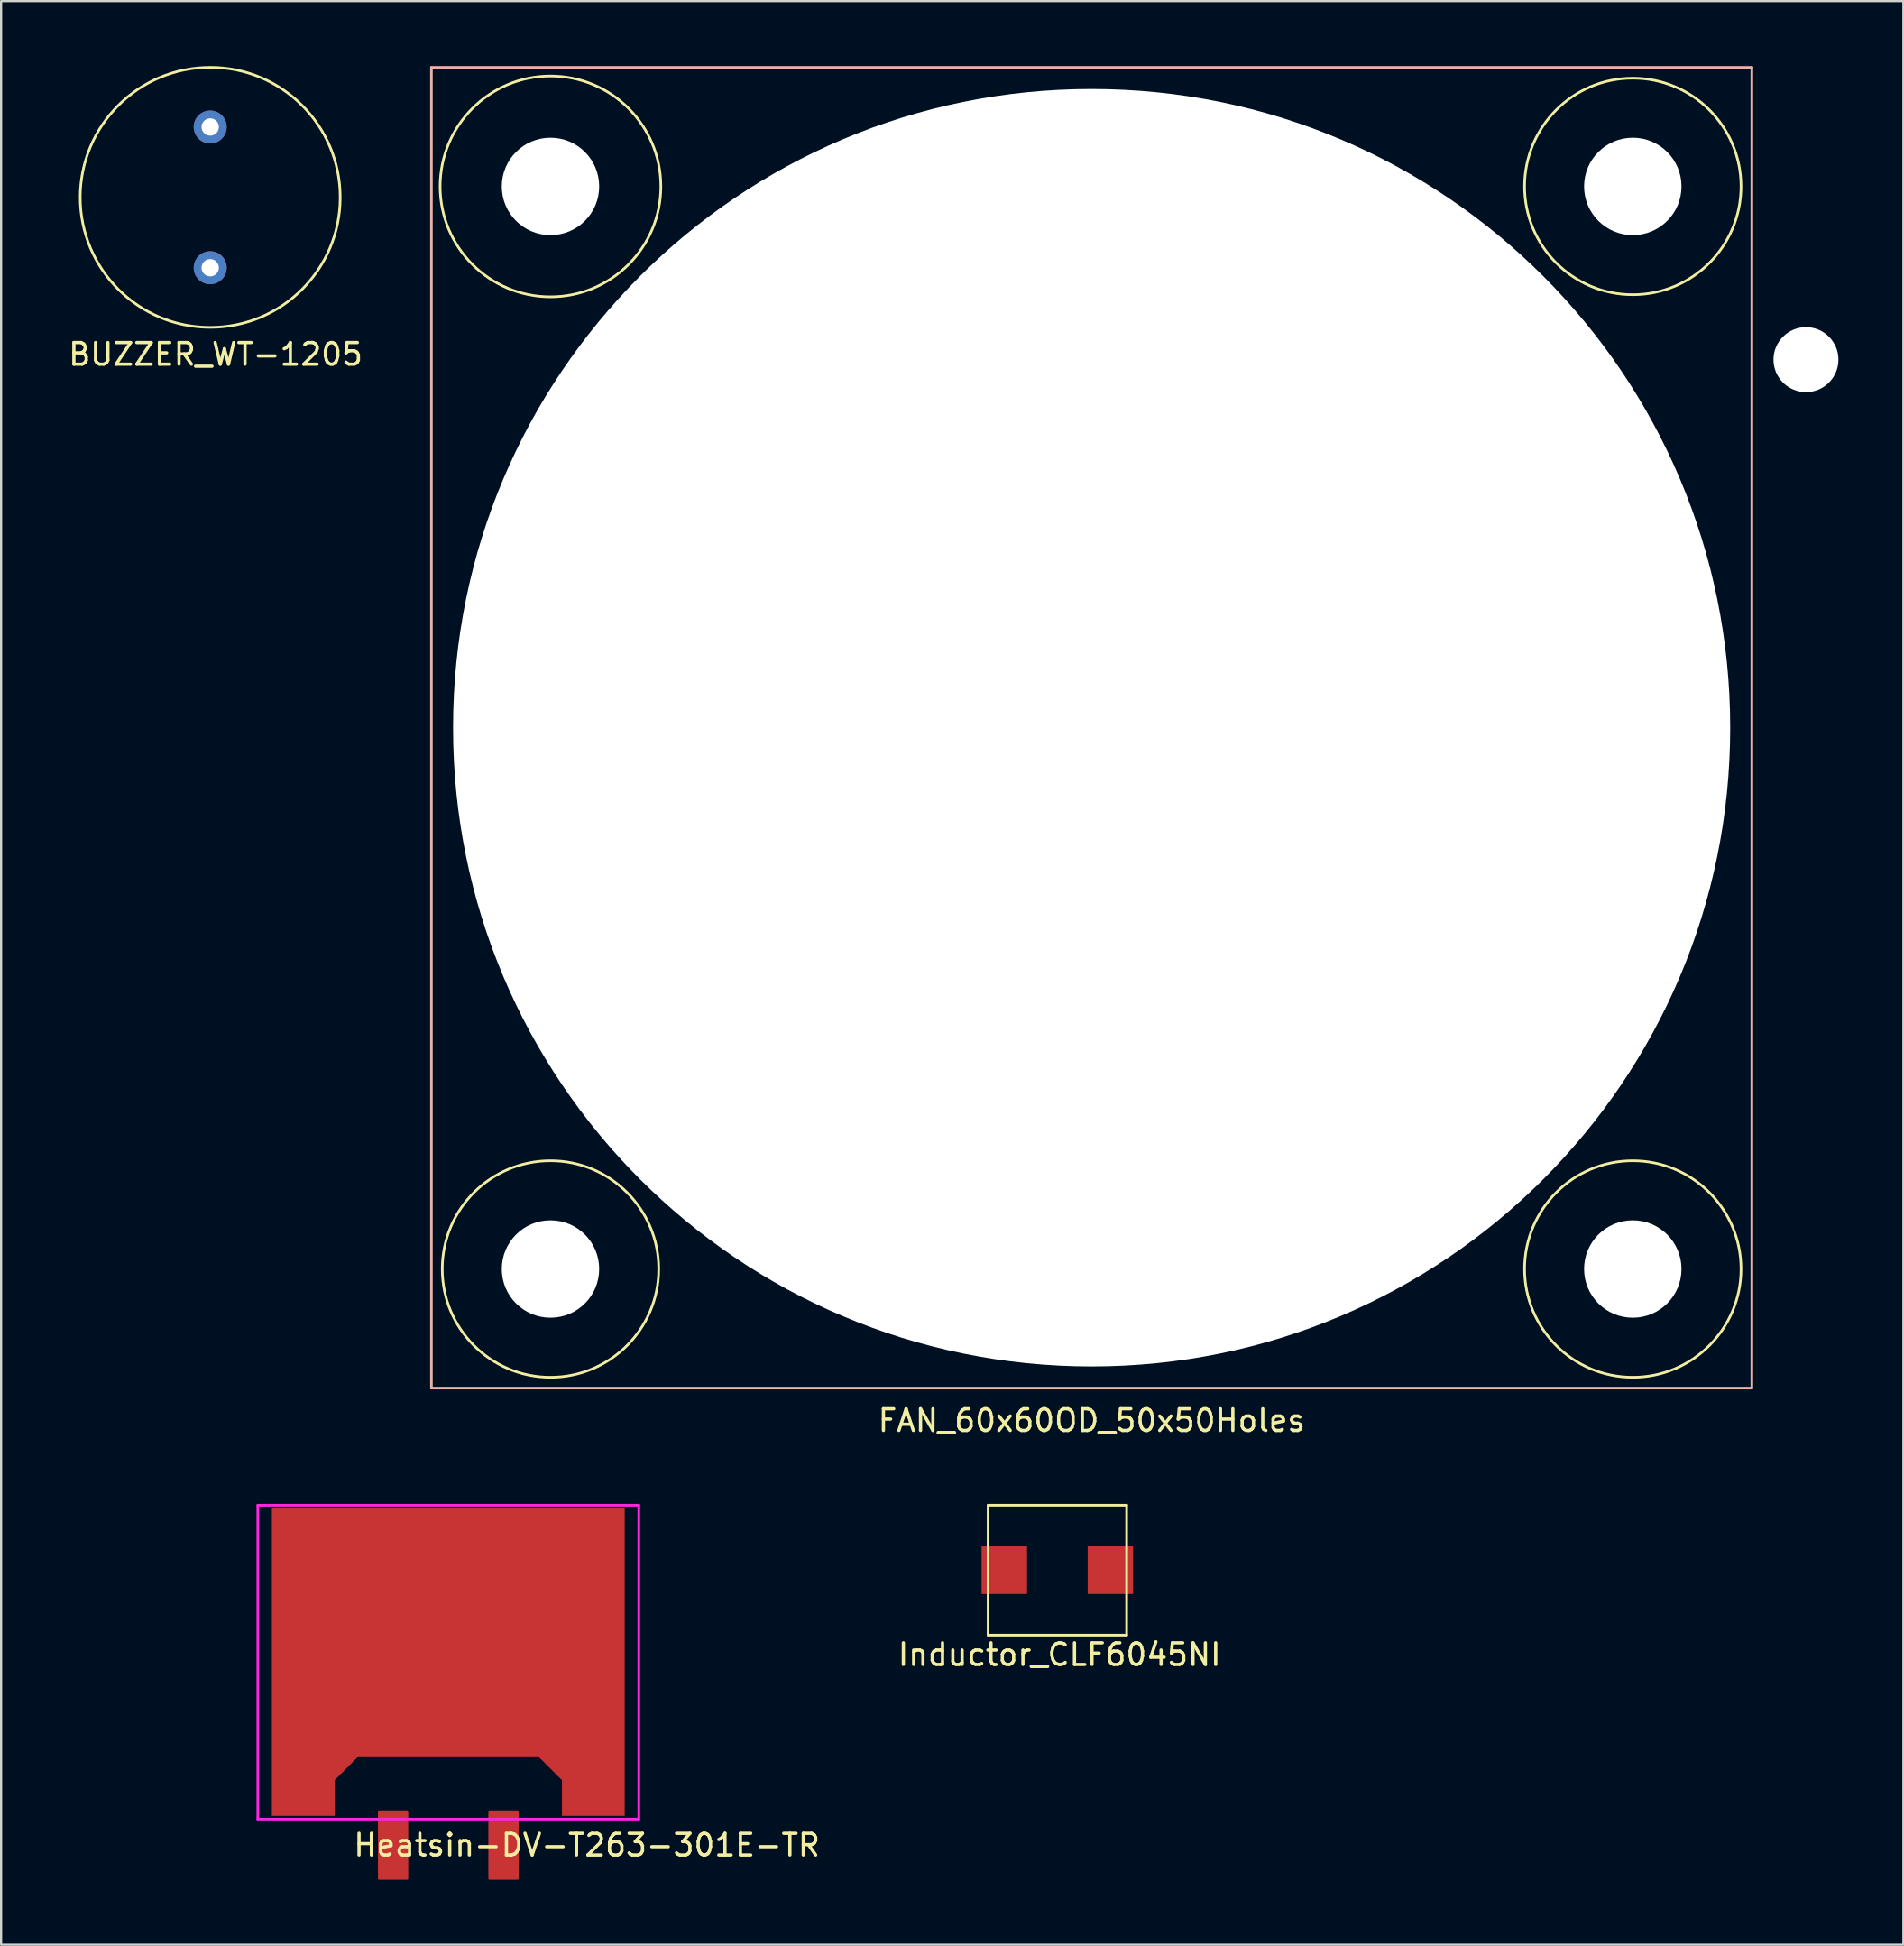
<source format=kicad_pcb>
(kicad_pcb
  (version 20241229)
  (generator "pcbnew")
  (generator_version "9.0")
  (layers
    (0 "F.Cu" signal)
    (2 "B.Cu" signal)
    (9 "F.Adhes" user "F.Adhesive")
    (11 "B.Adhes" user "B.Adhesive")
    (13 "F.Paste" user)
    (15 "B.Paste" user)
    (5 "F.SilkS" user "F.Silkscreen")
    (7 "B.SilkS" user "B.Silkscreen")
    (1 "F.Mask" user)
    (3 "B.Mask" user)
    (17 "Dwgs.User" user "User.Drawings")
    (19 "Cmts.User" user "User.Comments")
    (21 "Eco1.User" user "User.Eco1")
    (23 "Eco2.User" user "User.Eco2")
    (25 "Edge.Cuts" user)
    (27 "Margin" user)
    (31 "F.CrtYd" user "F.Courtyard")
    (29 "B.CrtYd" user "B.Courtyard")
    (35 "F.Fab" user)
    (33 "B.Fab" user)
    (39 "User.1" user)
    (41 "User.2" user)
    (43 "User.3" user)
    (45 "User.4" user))
  (footprint "Heatsin-DV-T263-301E-TR"
    (layer "F.Cu")
    (at 17.66 73.718)
    (property "Reference" "Heatsin-DV-T263-301E-TR" (at 6.4 8.45 0) (layer "F.SilkS") (effects (font (size 1 1) (thickness 0.15))))
    (attr through_hole)
    (fp_poly (pts (xy -1.9 10) (xy -3.2 10) (xy -3.2 6.9) (xy -1.9 6.9)) (stroke (width 0.1) (type solid)) (fill yes) (layer "F.Cu"))
    (fp_poly (pts (xy 3.2 10) (xy 1.9 10) (xy 1.9 6.9) (xy 3.2 6.9)) (stroke (width 0.1) (type solid)) (fill yes) (layer "F.Cu"))
    (fp_poly (pts (xy -6.5 6.85) (xy -7.9 6.85) (xy -7.9 -6.85) (xy -6.5 -6.85)) (stroke (width 0.1) (type solid)) (fill yes) (layer "F.Mask"))
    (fp_poly (pts (xy -1.9 10) (xy -3.2 10) (xy -3.2 6.9) (xy -1.9 6.9)) (stroke (width 0) (type solid)) (fill yes) (layer "F.Mask"))
    (fp_poly (pts (xy 3.2 10) (xy 1.9 10) (xy 1.9 6.9) (xy 3.2 6.9)) (stroke (width 0) (type solid)) (fill yes) (layer "F.Mask"))
    (fp_poly (pts (xy 3.75 2.35) (xy -3.75 2.35) (xy -3.75 -3.85) (xy 3.75 -3.85)) (stroke (width 0) (type solid)) (fill yes) (layer "F.Mask"))
    (fp_poly (pts (xy 5.3 -3.85) (xy -5.3 -3.85) (xy -5.3 -6.1) (xy 5.3 -6.1)) (stroke (width 0) (type solid)) (fill yes) (layer "F.Mask"))
    (fp_poly (pts (xy 7.9 6.85) (xy 6.5 6.85) (xy 6.5 -6.85) (xy 7.9 -6.85)) (stroke (width 0.1) (type solid)) (fill yes) (layer "F.Mask"))
    (fp_poly (pts (xy -6.5 6.85) (xy -7.9 6.85) (xy -7.9 -6.85) (xy -6.5 -6.85)) (stroke (width 0) (type solid)) (fill yes) (layer "F.Paste"))
    (fp_poly (pts (xy -1.9 10) (xy -3.2 10) (xy -3.2 6.9) (xy -1.9 6.9)) (stroke (width 0) (type solid)) (fill yes) (layer "F.Paste"))
    (fp_poly (pts (xy -0.5 -4.25) (xy -5 -4.25) (xy -5 -6) (xy -0.5 -6)) (stroke (width 0) (type solid)) (fill yes) (layer "F.Paste"))
    (fp_poly (pts (xy -0.5 -1) (xy -3.5 -1) (xy -3.5 -3.5) (xy -0.5 -3.5)) (stroke (width 0) (type solid)) (fill yes) (layer "F.Paste"))
    (fp_poly (pts (xy -0.5 2.25) (xy -3.5 2.25) (xy -3.5 -0.25) (xy -0.5 -0.25)) (stroke (width 0) (type solid)) (fill yes) (layer "F.Paste"))
    (fp_poly (pts (xy 3.2 10) (xy 1.9 10) (xy 1.9 6.9) (xy 3.2 6.9)) (stroke (width 0) (type solid)) (fill yes) (layer "F.Paste"))
    (fp_poly (pts (xy 3.5 -1) (xy 0.5 -1) (xy 0.5 -3.5) (xy 3.5 -3.5)) (stroke (width 0) (type solid)) (fill yes) (layer "F.Paste"))
    (fp_poly (pts (xy 3.5 2.25) (xy 0.5 2.25) (xy 0.5 -0.25) (xy 3.5 -0.25)) (stroke (width 0) (type solid)) (fill yes) (layer "F.Paste"))
    (fp_poly (pts (xy 5 -4.25) (xy 0.5 -4.25) (xy 0.5 -6) (xy 5 -6)) (stroke (width 0) (type solid)) (fill yes) (layer "F.Paste"))
    (fp_poly (pts (xy 7.9 6.85) (xy 6.5 6.85) (xy 6.5 -6.85) (xy 7.9 -6.85)) (stroke (width 0) (type solid)) (fill yes) (layer "F.Paste"))
    (fp_line (start -17.6 -6.3) (end -17.6 6.4) (stroke (width 0.12) (type solid)) (layer "Eco1.User"))
    (fp_line (start -17.6 6.4) (end 17.6 6.4) (stroke (width 0.12) (type solid)) (layer "Eco1.User"))
    (fp_line (start -8.8 6.4) (end -8.8 -6.3) (stroke (width 0.12) (type solid)) (layer "Eco1.User"))
    (fp_line (start -5.6 6.4) (end -5.6 -6.3) (stroke (width 0.12) (type solid)) (layer "Eco1.User"))
    (fp_line (start 5.6 6.4) (end 5.6 -6.3) (stroke (width 0.12) (type solid)) (layer "Eco1.User"))
    (fp_line (start 8.8 6.4) (end 8.8 -6.3) (stroke (width 0.12) (type solid)) (layer "Eco1.User"))
    (fp_line (start 17.6 -6.3) (end -17.6 -6.3) (stroke (width 0.12) (type solid)) (layer "Eco1.User"))
    (fp_line (start 17.6 6.4) (end 17.6 -6.3) (stroke (width 0.12) (type solid)) (layer "Eco1.User"))
    (fp_line (start -8.8 -7.25) (end 8.8 -7.25) (stroke (width 0.12) (type solid)) (layer "F.CrtYd"))
    (fp_line (start -8.8 7.25) (end -8.8 -7.25) (stroke (width 0.12) (type solid)) (layer "F.CrtYd"))
    (fp_line (start 8.8 -7.25) (end 8.8 7.25) (stroke (width 0.12) (type solid)) (layer "F.CrtYd"))
    (fp_line (start 8.8 7.25) (end -8.8 7.25) (stroke (width 0.12) (type solid)) (layer "F.CrtYd"))
    (fp_text user "3.7mm airspace" (at -13.1 -0.1 60) (layer "Eco1.User") (effects (font (size 1 1) (thickness 0.15))))
    (fp_text user "3.7mm airspace" (at 13.3 0 60) (layer "Eco1.User") (effects (font (size 1 1) (thickness 0.15))))
    (pad "1" smd custom (at 0 -1.375) (size 16.3 11.45) (layers "F.Cu") (options (anchor rect)) (primitives (gr_poly (pts (xy 8.15 8.475) (xy 5.25 8.475) (xy 5.25 3.725) (xy 8.15 3.725)) (width 0) (fill yes)) (gr_poly (pts (xy -5.25 8.475) (xy -8.15 8.475) (xy -8.15 5.725) (xy -5.25 5.725)) (width 0) (fill yes)) (gr_poly (pts (xy 5.25 6.825) (xy 4.15 5.725) (xy 5.25 5.725)) (width 0) (fill yes)) (gr_poly (pts (xy -5.25 6.825) (xy -5.25 5.725) (xy -4.15 5.725)) (width 0) (fill yes)))))
  (footprint "Inductor_CLF6045NI"
    (layer "F.Cu")
    (at 45.797 69.468)
    (property "Reference" "Inductor_CLF6045NI" (at 0.1 3.9 0) (layer "F.SilkS") (effects (font (size 1 1) (thickness 0.15))))
    (attr through_hole)
    (fp_line (start -3.2 -3) (end -3.2 3) (stroke (width 0.12) (type solid)) (layer "F.SilkS"))
    (fp_line (start -3.2 3) (end 3.2 3) (stroke (width 0.12) (type solid)) (layer "F.SilkS"))
    (fp_line (start 3.2 -3) (end -3.2 -3) (stroke (width 0.12) (type solid)) (layer "F.SilkS"))
    (fp_line (start 3.2 3) (end 3.2 -3) (stroke (width 0.12) (type solid)) (layer "F.SilkS"))
    (pad "1" smd rect (at -2.45 0) (size 2.1 2.2) (layers "F.Cu" "F.Mask" "F.Paste"))
    (pad "2" smd rect (at 2.45 0) (size 2.1 2.2) (layers "F.Cu" "F.Mask" "F.Paste")))
  (footprint "FAN_60x60OD_50x50Holes"
    (layer "F.Cu")
    (at 47.381 30.56)
    (property "Reference" "FAN_60x60OD_50x50Holes" (at 0 32 0) (layer "F.SilkS") (effects (font (size 1 1) (thickness 0.15))))
    (attr through_hole)
    (fp_circle (center -25 -25) (end -20 -24) (stroke (width 0.12) (type solid)) (fill no) (layer "F.SilkS"))
    (fp_circle (center -25 25) (end -20 25) (stroke (width 0.12) (type solid)) (fill no) (layer "F.SilkS"))
    (fp_circle (center 25 -25) (end 30 -25) (stroke (width 0.12) (type solid)) (fill no) (layer "F.SilkS"))
    (fp_circle (center 25 25) (end 30 25) (stroke (width 0.12) (type solid)) (fill no) (layer "F.SilkS"))
    (fp_line (start -30.5 -30.5) (end -30.5 30.5) (stroke (width 0.12) (type solid)) (layer "B.SilkS"))
    (fp_line (start -30.5 30.5) (end 30.5 30.5) (stroke (width 0.12) (type solid)) (layer "B.SilkS"))
    (fp_line (start 30.5 -30.5) (end -30.5 -30.5) (stroke (width 0.12) (type solid)) (layer "B.SilkS"))
    (fp_line (start 30.5 30.5) (end 30.5 -30.5) (stroke (width 0.12) (type solid)) (layer "B.SilkS"))
    (pad "" np_thru_hole circle (at -25 -25) (size 4.5 4.5) (drill 4.5) (layers "*.Cu" "*.Mask"))
    (pad "" np_thru_hole circle (at -25 25) (size 4.5 4.5) (drill 4.5) (layers "*.Cu" "*.Mask"))
    (pad "" np_thru_hole circle (at 0 0) (size 59 59) (drill 59) (layers "*.Cu" "*.Mask"))
    (pad "" np_thru_hole circle (at 25 -25) (size 4.5 4.5) (drill 4.5) (layers "*.Cu" "*.Mask"))
    (pad "" np_thru_hole circle (at 25 25) (size 4.5 4.5) (drill 4.5) (layers "*.Cu" "*.Mask"))
    (pad "" np_thru_hole circle (at 33 -17) (size 3 3) (drill 3) (layers "*.Cu" "*.Mask")))
  (footprint "BUZZER_WT-1205"
    (layer "F.Cu")
    (at 6.661 2.815)
    (property "Reference" "BUZZER_WT-1205" (at 0.25 10.5 0) (layer "F.SilkS") (effects (font (size 1 1) (thickness 0.15))))
    (attr through_hole)
    (fp_circle (center 0 3.25) (end 6 3.5) (stroke (width 0.12) (type solid)) (fill no) (layer "F.SilkS"))
    (pad "1" thru_hole circle (at 0 0) (size 1.524 1.524) (drill 0.8) (layers "*.Cu" "*.Mask"))
    (pad "2" thru_hole circle (at 0 6.5) (size 1.524 1.524) (drill 0.8) (layers "*.Cu" "*.Mask")))
  (gr_rect
    (start -3 -3)
    (end 84.881 86.768)
    (stroke (width 0.1) (type default))
    (fill no)
    (layer "Edge.Cuts")))
</source>
